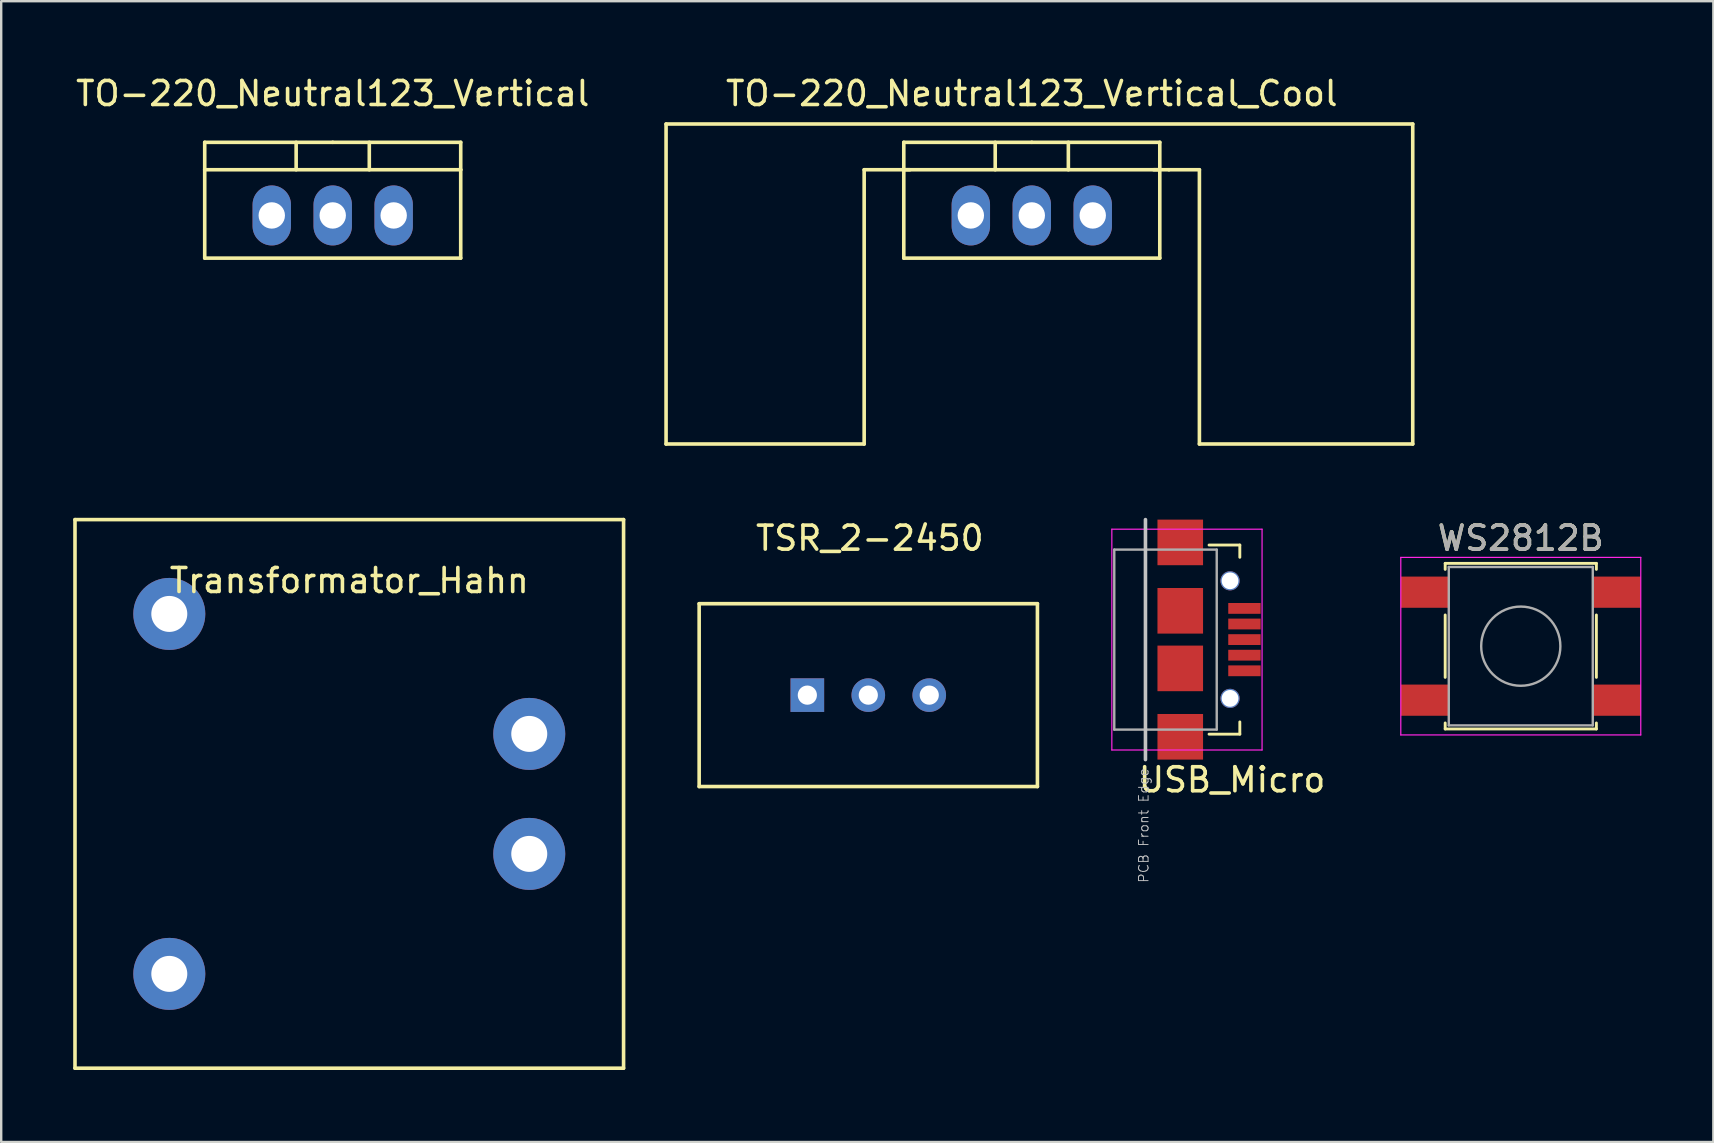
<source format=kicad_pcb>
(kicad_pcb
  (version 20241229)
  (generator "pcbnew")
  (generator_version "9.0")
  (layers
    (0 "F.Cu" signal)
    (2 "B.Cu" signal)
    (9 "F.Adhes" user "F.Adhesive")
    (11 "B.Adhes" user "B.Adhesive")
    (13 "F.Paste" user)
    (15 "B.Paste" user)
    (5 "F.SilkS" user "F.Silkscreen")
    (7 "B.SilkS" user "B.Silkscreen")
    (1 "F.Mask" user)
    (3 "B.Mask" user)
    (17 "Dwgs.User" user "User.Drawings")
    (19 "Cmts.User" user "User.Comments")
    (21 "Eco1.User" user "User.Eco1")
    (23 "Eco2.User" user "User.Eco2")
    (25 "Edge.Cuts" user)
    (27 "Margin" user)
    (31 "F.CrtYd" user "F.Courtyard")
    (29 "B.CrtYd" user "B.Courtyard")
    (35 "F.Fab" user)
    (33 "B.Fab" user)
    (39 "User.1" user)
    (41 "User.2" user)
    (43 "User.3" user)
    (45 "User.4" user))
  (footprint "Transformator_Hahn"
    (layer "F.Cu")
    (at 11.505 30.033)
    (property "Reference" "Transformator_Hahn" (at 0 -8.89 0) (layer "F.SilkS") (effects (font (size 1 1) (thickness 0.15))))
    (attr through_hole)
    (fp_line (start -11.43 -11.43) (end -11.43 11.43) (stroke (width 0.15) (type solid)) (layer "F.SilkS"))
    (fp_line (start -11.43 11.43) (end 11.43 11.43) (stroke (width 0.15) (type solid)) (layer "F.SilkS"))
    (fp_line (start 11.43 -11.43) (end -11.43 -11.43) (stroke (width 0.15) (type solid)) (layer "F.SilkS"))
    (fp_line (start 11.43 11.43) (end 11.43 -11.43) (stroke (width 0.15) (type solid)) (layer "F.SilkS"))
    (pad "1" thru_hole circle (at -7.5 -7.5 90) (size 3 3) (drill 1.5) (layers "*.Cu" "*.Mask"))
    (pad "2" thru_hole circle (at -7.5 7.5 90) (size 3 3) (drill 1.5) (layers "*.Cu" "*.Mask"))
    (pad "3" thru_hole circle (at 7.5 2.5 90) (size 3 3) (drill 1.5) (layers "*.Cu" "*.Mask"))
    (pad "4" thru_hole circle (at 7.5 -2.5 90) (size 3 3) (drill 1.5) (layers "*.Cu" "*.Mask")))
  (footprint "WS2812B"
    (layer "F.Cu")
    (at 60.323 23.877)
    (property "Reference" "WS2812B" (at 0 -4.5 0) (layer "F.SilkS") (effects (font (size 1 1) (thickness 0.15))))
    (attr smd)
    (fp_line (start -3.15 -3.45) (end 3.15 -3.45) (stroke (width 0.12) (type solid)) (layer "F.SilkS"))
    (fp_line (start -3.15 -3.2) (end -3.15 -3.45) (stroke (width 0.12) (type solid)) (layer "F.SilkS"))
    (fp_line (start -3.15 1.3) (end -3.15 -1.3) (stroke (width 0.12) (type solid)) (layer "F.SilkS"))
    (fp_line (start -3.15 3.45) (end -3.15 3.2) (stroke (width 0.12) (type solid)) (layer "F.SilkS"))
    (fp_line (start 3.15 -3.45) (end 3.15 -3.2) (stroke (width 0.12) (type solid)) (layer "F.SilkS"))
    (fp_line (start 3.15 -1.3) (end 3.15 1.3) (stroke (width 0.12) (type solid)) (layer "F.SilkS"))
    (fp_line (start 3.15 3.2) (end 3.15 3.45) (stroke (width 0.12) (type solid)) (layer "F.SilkS"))
    (fp_line (start 3.15 3.45) (end -3.15 3.45) (stroke (width 0.12) (type solid)) (layer "F.SilkS"))
    (fp_line (start -5 -3.7) (end -5 3.7) (stroke (width 0.05) (type solid)) (layer "F.CrtYd"))
    (fp_line (start -5 3.7) (end 5 3.7) (stroke (width 0.05) (type solid)) (layer "F.CrtYd"))
    (fp_line (start 5 -3.7) (end -5 -3.7) (stroke (width 0.05) (type solid)) (layer "F.CrtYd"))
    (fp_line (start 5 3.7) (end 5 -3.7) (stroke (width 0.05) (type solid)) (layer "F.CrtYd"))
    (fp_line (start -3 -3.3) (end 3 -3.3) (stroke (width 0.1) (type solid)) (layer "F.Fab"))
    (fp_line (start -3 3.3) (end -3 -3.3) (stroke (width 0.1) (type solid)) (layer "F.Fab"))
    (fp_line (start 3 -3.3) (end 3 3.3) (stroke (width 0.1) (type solid)) (layer "F.Fab"))
    (fp_line (start 3 3.3) (end -3 3.3) (stroke (width 0.1) (type solid)) (layer "F.Fab"))
    (fp_circle (center 0 0) (end 1.65 0) (stroke (width 0.1) (type solid)) (fill no) (layer "F.Fab"))
    (fp_text user "${REFERENCE}" (at 0 -4.5 0) (layer "F.Fab") (effects (font (size 1 1) (thickness 0.15))))
    (pad "1" smd rect (at -4 -2.25) (size 2 1.3) (layers "F.Cu" "F.Mask" "F.Paste"))
    (pad "2" smd rect (at -4 2.25) (size 2 1.3) (layers "F.Cu" "F.Mask" "F.Paste"))
    (pad "3" smd rect (at 4 -2.25) (size 2 1.3) (layers "F.Cu" "F.Mask" "F.Paste"))
    (pad "4" smd rect (at 4 2.25) (size 2 1.3) (layers "F.Cu" "F.Mask" "F.Paste")))
  (footprint "USB_Micro"
    (layer "F.Cu")
    (at 46.133 23.603)
    (property "Reference" "USB_Micro" (at 2.159 5.842 180) (layer "F.SilkS") (effects (font (size 1 1) (thickness 0.15))))
    (attr smd)
    (fp_line (start 1.2 -3.94) (end 2.482 -3.94) (stroke (width 0.12) (type solid)) (layer "F.SilkS"))
    (fp_line (start 2.482 -3.94) (end 2.482 -3.43) (stroke (width 0.12) (type solid)) (layer "F.SilkS"))
    (fp_line (start 2.482 3.94) (end 1.2 3.94) (stroke (width 0.12) (type solid)) (layer "F.SilkS"))
    (fp_line (start 2.482 3.94) (end 2.482 3.43) (stroke (width 0.12) (type solid)) (layer "F.SilkS"))
    (fp_line (start -1.45 -5) (end -1.45 5) (stroke (width 0.15) (type solid)) (layer "Dwgs.User"))
    (fp_line (start -2.851 -4.6) (end 3.409 -4.6) (stroke (width 0.05) (type solid)) (layer "F.CrtYd"))
    (fp_line (start -2.851 4.6) (end -2.851 -4.6) (stroke (width 0.05) (type solid)) (layer "F.CrtYd"))
    (fp_line (start 3.409 -4.6) (end 3.409 4.6) (stroke (width 0.05) (type solid)) (layer "F.CrtYd"))
    (fp_line (start 3.409 4.6) (end -2.851 4.6) (stroke (width 0.05) (type solid)) (layer "F.CrtYd"))
    (fp_line (start -2.75 -3.75) (end 1.52 -3.75) (stroke (width 0.1) (type solid)) (layer "F.Fab"))
    (fp_line (start -2.75 3.75) (end -2.75 -3.75) (stroke (width 0.1) (type solid)) (layer "F.Fab"))
    (fp_line (start 1.52 -3.75) (end 1.52 3.75) (stroke (width 0.1) (type solid)) (layer "F.Fab"))
    (fp_line (start 1.52 3.75) (end -2.75 3.75) (stroke (width 0.1) (type solid)) (layer "F.Fab"))
    (fp_text user "PCB Front Edge" (at -1.524 7.747 90) (layer "Dwgs.User") (effects (font (size 0.4 0.4) (thickness 0.04))))
    (pad "1" smd rect (at 2.675 -1.3) (size 1.35 0.45) (layers "F.Cu" "F.Mask" "F.Paste"))
    (pad "2" smd rect (at 2.675 -0.65) (size 1.35 0.45) (layers "F.Cu" "F.Mask" "F.Paste"))
    (pad "3" smd rect (at 2.675 0) (size 1.35 0.45) (layers "F.Cu" "F.Mask" "F.Paste"))
    (pad "4" smd rect (at 2.675 0.65) (size 1.35 0.45) (layers "F.Cu" "F.Mask" "F.Paste"))
    (pad "5" smd rect (at 2.675 1.3) (size 1.35 0.45) (layers "F.Cu" "F.Mask" "F.Paste"))
    (pad "6" smd rect (at 0 -4.05) (size 1.9 1.9) (layers "F.Cu" "F.Mask" "F.Paste"))
    (pad "6" smd rect (at 0 -1.2) (size 1.9 1.9) (layers "F.Cu" "F.Mask" "F.Paste"))
    (pad "6" smd rect (at 0 1.2) (size 1.9 1.9) (layers "F.Cu" "F.Mask" "F.Paste"))
    (pad "6" smd rect (at 0 4.05) (size 1.9 1.9) (layers "F.Cu" "F.Mask" "F.Paste"))
    (pad "7" thru_hole circle (at 2.075 -2.45) (size 0.8 0.8) (drill 0.7) (layers "*.Cu" "*.Mask"))
    (pad "7" thru_hole circle (at 2.075 2.45) (size 0.8 0.8) (drill 0.7) (layers "*.Cu" "*.Mask")))
  (footprint "TSR_2-2450"
    (layer "F.Cu")
    (at 33.133 25.917)
    (property "Reference" "TSR_2-2450" (at 0.064 -6.54 0) (layer "F.SilkS") (effects (font (size 1 1) (thickness 0.15))))
    (attr through_hole)
    (fp_line (start -7.048 -3.81) (end -7.048 3.81) (stroke (width 0.15) (type solid)) (layer "F.SilkS"))
    (fp_line (start -7.048 3.81) (end 7.048 3.81) (stroke (width 0.15) (type solid)) (layer "F.SilkS"))
    (fp_line (start 7.048 -3.81) (end -7.048 -3.81) (stroke (width 0.15) (type solid)) (layer "F.SilkS"))
    (fp_line (start 7.048 3.81) (end 7.048 -3.81) (stroke (width 0.15) (type solid)) (layer "F.SilkS"))
    (pad "1" thru_hole rect (at -2.54 0) (size 1.4 1.4) (drill 0.8) (layers "*.Cu" "*.Mask"))
    (pad "2" thru_hole circle (at 0 0) (size 1.4 1.4) (drill 0.8) (layers "*.Cu" "*.Mask"))
    (pad "3" thru_hole circle (at 2.54 0) (size 1.4 1.4) (drill 0.8) (layers "*.Cu" "*.Mask")))
  (footprint "TO-220_Neutral123_Vertical"
    (layer "F.Cu")
    (at 10.815 5.928)
    (property "Reference" "TO-220_Neutral123_Vertical" (at 0 -5.08 0) (layer "F.SilkS") (effects (font (size 1 1) (thickness 0.15))))
    (attr through_hole)
    (fp_line (start -5.334 -1.905) (end -5.334 -3.048) (stroke (width 0.15) (type solid)) (layer "F.SilkS"))
    (fp_line (start -5.334 1.778) (end -5.334 -1.905) (stroke (width 0.15) (type solid)) (layer "F.SilkS"))
    (fp_line (start -1.524 -3.048) (end -1.524 -1.905) (stroke (width 0.15) (type solid)) (layer "F.SilkS"))
    (fp_line (start 0 -3.048) (end -5.334 -3.048) (stroke (width 0.15) (type solid)) (layer "F.SilkS"))
    (fp_line (start 0 -3.048) (end 5.334 -3.048) (stroke (width 0.15) (type solid)) (layer "F.SilkS"))
    (fp_line (start 1.524 -3.048) (end 1.524 -1.905) (stroke (width 0.15) (type solid)) (layer "F.SilkS"))
    (fp_line (start 5.334 -3.048) (end 5.334 -1.905) (stroke (width 0.15) (type solid)) (layer "F.SilkS"))
    (fp_line (start 5.334 -1.905) (end -5.334 -1.905) (stroke (width 0.15) (type solid)) (layer "F.SilkS"))
    (fp_line (start 5.334 -1.905) (end 5.334 1.778) (stroke (width 0.15) (type solid)) (layer "F.SilkS"))
    (fp_line (start 5.334 1.778) (end -5.334 1.778) (stroke (width 0.15) (type solid)) (layer "F.SilkS"))
    (pad "1" thru_hole oval (at -2.54 0 90) (size 2.5 1.6) (drill 1.1) (layers "*.Cu" "*.Mask"))
    (pad "2" thru_hole oval (at 0 0 90) (size 2.5 1.6) (drill 1.1) (layers "*.Cu" "*.Mask"))
    (pad "3" thru_hole oval (at 2.54 0 90) (size 2.5 1.6) (drill 1.1) (layers "*.Cu" "*.Mask")))
  (footprint "TO-220_Neutral123_Vertical_Cool"
    (layer "F.Cu")
    (at 39.946 5.928)
    (property "Reference" "TO-220_Neutral123_Vertical_Cool" (at 0 -5.08 0) (layer "F.SilkS") (effects (font (size 1 1) (thickness 0.15))))
    (attr through_hole)
    (fp_line (start -15.24 -3.81) (end 15.875 -3.81) (stroke (width 0.15) (type solid)) (layer "F.SilkS"))
    (fp_line (start -15.24 9.525) (end -15.24 -3.81) (stroke (width 0.15) (type solid)) (layer "F.SilkS"))
    (fp_line (start -6.985 -1.905) (end -6.985 9.525) (stroke (width 0.15) (type solid)) (layer "F.SilkS"))
    (fp_line (start -6.985 9.525) (end -15.24 9.525) (stroke (width 0.15) (type solid)) (layer "F.SilkS"))
    (fp_line (start -5.334 -1.905) (end -5.334 -3.048) (stroke (width 0.15) (type solid)) (layer "F.SilkS"))
    (fp_line (start -5.334 1.778) (end -5.334 -1.905) (stroke (width 0.15) (type solid)) (layer "F.SilkS"))
    (fp_line (start -5.08 -1.905) (end -6.985 -1.905) (stroke (width 0.15) (type solid)) (layer "F.SilkS"))
    (fp_line (start -1.524 -3.048) (end -1.524 -1.905) (stroke (width 0.15) (type solid)) (layer "F.SilkS"))
    (fp_line (start 0 -3.048) (end -5.334 -3.048) (stroke (width 0.15) (type solid)) (layer "F.SilkS"))
    (fp_line (start 0 -3.048) (end 5.334 -3.048) (stroke (width 0.15) (type solid)) (layer "F.SilkS"))
    (fp_line (start 1.524 -3.048) (end 1.524 -1.905) (stroke (width 0.15) (type solid)) (layer "F.SilkS"))
    (fp_line (start 5.08 -1.905) (end 5.715 -1.905) (stroke (width 0.15) (type solid)) (layer "F.SilkS"))
    (fp_line (start 5.334 -3.048) (end 5.334 -1.905) (stroke (width 0.15) (type solid)) (layer "F.SilkS"))
    (fp_line (start 5.334 -1.905) (end -5.334 -1.905) (stroke (width 0.15) (type solid)) (layer "F.SilkS"))
    (fp_line (start 5.334 -1.905) (end 5.334 1.778) (stroke (width 0.15) (type solid)) (layer "F.SilkS"))
    (fp_line (start 5.334 1.778) (end -5.334 1.778) (stroke (width 0.15) (type solid)) (layer "F.SilkS"))
    (fp_line (start 6.985 -1.905) (end 5.715 -1.905) (stroke (width 0.15) (type solid)) (layer "F.SilkS"))
    (fp_line (start 6.985 9.525) (end 6.985 -1.905) (stroke (width 0.15) (type solid)) (layer "F.SilkS"))
    (fp_line (start 15.875 -3.81) (end 15.875 9.525) (stroke (width 0.15) (type solid)) (layer "F.SilkS"))
    (fp_line (start 15.875 9.525) (end 6.985 9.525) (stroke (width 0.15) (type solid)) (layer "F.SilkS"))
    (pad "1" thru_hole oval (at -2.54 0 90) (size 2.5 1.6) (drill 1.1) (layers "*.Cu" "*.Mask"))
    (pad "2" thru_hole oval (at 0 0 90) (size 2.5 1.6) (drill 1.1) (layers "*.Cu" "*.Mask"))
    (pad "3" thru_hole oval (at 2.54 0 90) (size 2.5 1.6) (drill 1.1) (layers "*.Cu" "*.Mask")))
  (gr_rect
    (start -3 -3)
    (end 68.348 44.538)
    (stroke (width 0.1) (type default))
    (fill no)
    (layer "Edge.Cuts")))
</source>
